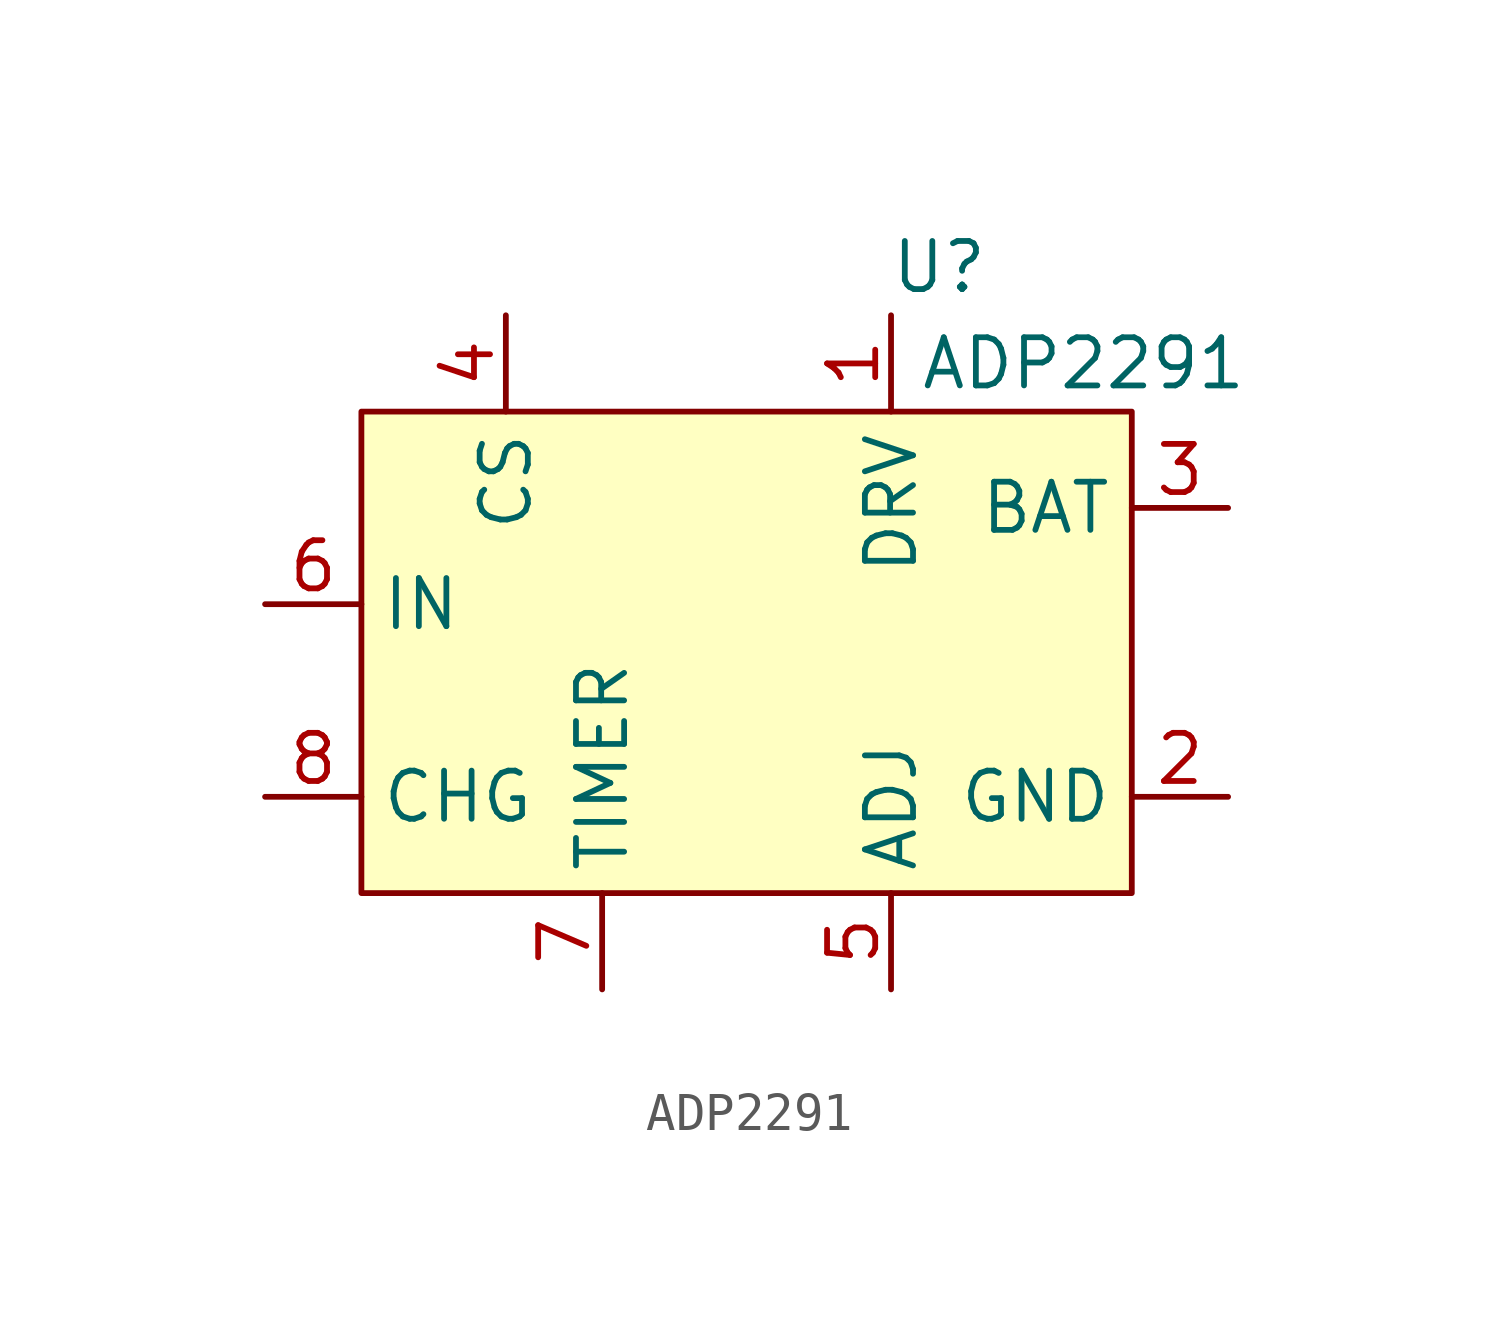
<source format=kicad_sym>
(kicad_symbol_lib
  (version 20211014)
  (generator kicad_symbol_editor)
  (symbol "ADP2291"
    (property "Reference" "U"
      (at 6.35 11.43 0)
      (effects (font (size 1.27 1.27))))
    (property "Value" "ADP2291"
      (at 10.16 8.89 0)
      (effects (font (size 1.27 1.27))))
    (symbol "ADP2291_0_1"
      (rectangle (start -8.89 -5.08) (end 11.43 7.62) (stroke (width 0) (type default) (color 0 0 0 0)) (fill (type background))))
    (symbol "ADP2291_1_1"
      (pin passive line (at 5.08 10.16 270) (length 2.54) (name "DRV" (effects (font (size 1.27 1.27)))) (number "1" (effects (font (size 1.27 1.27)))))
      (pin passive line (at 13.97 -2.54 180) (length 2.54) (name "GND" (effects (font (size 1.27 1.27)))) (number "2" (effects (font (size 1.27 1.27)))))
      (pin passive line (at 13.97 5.08 180) (length 2.54) (name "BAT" (effects (font (size 1.27 1.27)))) (number "3" (effects (font (size 1.27 1.27)))))
      (pin passive line (at -5.08 10.16 270) (length 2.54) (name "CS" (effects (font (size 1.27 1.27)))) (number "4" (effects (font (size 1.27 1.27)))))
      (pin passive line (at 5.08 -7.62 90) (length 2.54) (name "ADJ" (effects (font (size 1.27 1.27)))) (number "5" (effects (font (size 1.27 1.27)))))
      (pin passive line (at -11.43 2.54 0) (length 2.54) (name "IN" (effects (font (size 1.27 1.27)))) (number "6" (effects (font (size 1.27 1.27)))))
      (pin passive line (at -2.54 -7.62 90) (length 2.54) (name "TIMER" (effects (font (size 1.27 1.27)))) (number "7" (effects (font (size 1.27 1.27)))))
      (pin passive line (at -11.43 -2.54 0) (length 2.54) (name "CHG" (effects (font (size 1.27 1.27)))) (number "8" (effects (font (size 1.27 1.27))))))))
</source>
